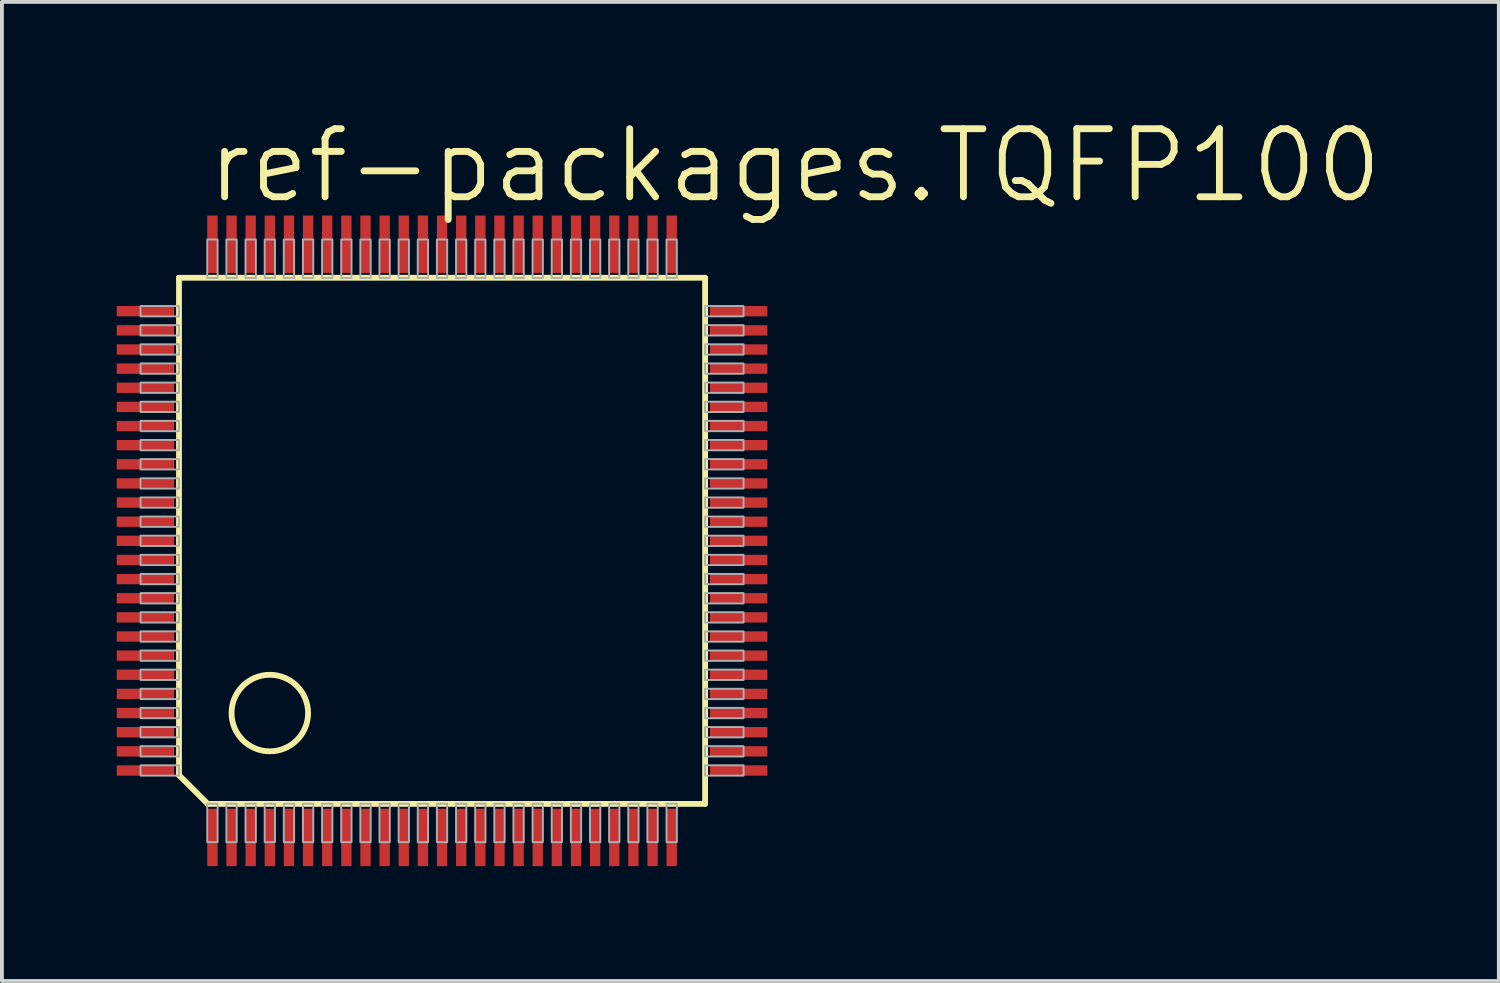
<source format=kicad_pcb>
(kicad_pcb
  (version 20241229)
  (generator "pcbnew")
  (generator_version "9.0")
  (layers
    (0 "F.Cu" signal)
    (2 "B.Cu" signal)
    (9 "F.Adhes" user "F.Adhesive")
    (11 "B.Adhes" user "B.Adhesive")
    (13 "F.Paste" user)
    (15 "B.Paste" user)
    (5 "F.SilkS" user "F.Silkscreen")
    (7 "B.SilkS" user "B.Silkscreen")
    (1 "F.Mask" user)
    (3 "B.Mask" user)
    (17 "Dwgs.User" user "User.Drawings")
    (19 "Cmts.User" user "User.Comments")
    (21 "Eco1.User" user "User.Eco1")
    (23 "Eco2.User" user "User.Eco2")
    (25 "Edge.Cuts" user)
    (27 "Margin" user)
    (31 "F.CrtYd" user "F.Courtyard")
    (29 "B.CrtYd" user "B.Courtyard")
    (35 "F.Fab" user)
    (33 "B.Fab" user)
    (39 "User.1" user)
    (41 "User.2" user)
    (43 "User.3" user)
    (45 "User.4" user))
  (footprint "ref-packages.TQFP100"
    (layer "F.Cu")
    (at 8.5 11.081)
    (property "Reference" "ref-packages.TQFP100" (at -6.223 -8.763 0) (layer "F.SilkS") (effects (font (size 1.778 1.778) (thickness 0.18)) (justify left bottom)))
    (attr smd)
    (fp_line (start -6.873 -6.873) (end 6.873 -6.873) (stroke (width 0.152) (type default)) (layer "F.SilkS"))
    (fp_line (start -6.873 6.123) (end -6.873 -6.873) (stroke (width 0.152) (type default)) (layer "F.SilkS"))
    (fp_line (start -6.123 6.873) (end -6.873 6.123) (stroke (width 0.152) (type default)) (layer "F.SilkS"))
    (fp_line (start 6.873 -6.873) (end 6.873 6.873) (stroke (width 0.152) (type default)) (layer "F.SilkS"))
    (fp_line (start 6.873 6.873) (end -6.123 6.873) (stroke (width 0.152) (type default)) (layer "F.SilkS"))
    (fp_circle (center -4.5 4.5) (end -3.5 4.5) (stroke (width 0.152) (type default)) (fill no) (layer "F.SilkS"))
    (fp_rect (start -7.878 -5.865) (end -6.873 -6.135) (stroke (width 0.05) (type default)) (fill no) (layer "F.Fab"))
    (fp_rect (start -7.878 -5.365) (end -6.873 -5.635) (stroke (width 0.05) (type default)) (fill no) (layer "F.Fab"))
    (fp_rect (start -7.878 -4.865) (end -6.873 -5.135) (stroke (width 0.05) (type default)) (fill no) (layer "F.Fab"))
    (fp_rect (start -7.878 -4.365) (end -6.873 -4.635) (stroke (width 0.05) (type default)) (fill no) (layer "F.Fab"))
    (fp_rect (start -7.878 -3.865) (end -6.873 -4.135) (stroke (width 0.05) (type default)) (fill no) (layer "F.Fab"))
    (fp_rect (start -7.878 -3.365) (end -6.873 -3.635) (stroke (width 0.05) (type default)) (fill no) (layer "F.Fab"))
    (fp_rect (start -7.878 -2.865) (end -6.873 -3.135) (stroke (width 0.05) (type default)) (fill no) (layer "F.Fab"))
    (fp_rect (start -7.878 -2.365) (end -6.873 -2.635) (stroke (width 0.05) (type default)) (fill no) (layer "F.Fab"))
    (fp_rect (start -7.878 -1.865) (end -6.873 -2.135) (stroke (width 0.05) (type default)) (fill no) (layer "F.Fab"))
    (fp_rect (start -7.878 -1.365) (end -6.873 -1.635) (stroke (width 0.05) (type default)) (fill no) (layer "F.Fab"))
    (fp_rect (start -7.878 -0.865) (end -6.873 -1.135) (stroke (width 0.05) (type default)) (fill no) (layer "F.Fab"))
    (fp_rect (start -7.878 -0.365) (end -6.873 -0.635) (stroke (width 0.05) (type default)) (fill no) (layer "F.Fab"))
    (fp_rect (start -7.878 0.135) (end -6.873 -0.135) (stroke (width 0.05) (type default)) (fill no) (layer "F.Fab"))
    (fp_rect (start -7.878 0.635) (end -6.873 0.365) (stroke (width 0.05) (type default)) (fill no) (layer "F.Fab"))
    (fp_rect (start -7.878 1.135) (end -6.873 0.865) (stroke (width 0.05) (type default)) (fill no) (layer "F.Fab"))
    (fp_rect (start -7.878 1.635) (end -6.873 1.365) (stroke (width 0.05) (type default)) (fill no) (layer "F.Fab"))
    (fp_rect (start -7.878 2.135) (end -6.873 1.865) (stroke (width 0.05) (type default)) (fill no) (layer "F.Fab"))
    (fp_rect (start -7.878 2.635) (end -6.873 2.365) (stroke (width 0.05) (type default)) (fill no) (layer "F.Fab"))
    (fp_rect (start -7.878 3.135) (end -6.873 2.865) (stroke (width 0.05) (type default)) (fill no) (layer "F.Fab"))
    (fp_rect (start -7.878 3.635) (end -6.873 3.365) (stroke (width 0.05) (type default)) (fill no) (layer "F.Fab"))
    (fp_rect (start -7.878 4.135) (end -6.873 3.865) (stroke (width 0.05) (type default)) (fill no) (layer "F.Fab"))
    (fp_rect (start -7.878 4.635) (end -6.873 4.365) (stroke (width 0.05) (type default)) (fill no) (layer "F.Fab"))
    (fp_rect (start -7.878 5.135) (end -6.873 4.865) (stroke (width 0.05) (type default)) (fill no) (layer "F.Fab"))
    (fp_rect (start -7.878 5.635) (end -6.873 5.365) (stroke (width 0.05) (type default)) (fill no) (layer "F.Fab"))
    (fp_rect (start -7.878 6.135) (end -6.873 5.865) (stroke (width 0.05) (type default)) (fill no) (layer "F.Fab"))
    (fp_rect (start -6.135 -6.868) (end -5.865 -7.873) (stroke (width 0.05) (type default)) (fill no) (layer "F.Fab"))
    (fp_rect (start -6.135 7.873) (end -5.865 6.868) (stroke (width 0.05) (type default)) (fill no) (layer "F.Fab"))
    (fp_rect (start -5.635 -6.868) (end -5.365 -7.873) (stroke (width 0.05) (type default)) (fill no) (layer "F.Fab"))
    (fp_rect (start -5.635 7.873) (end -5.365 6.868) (stroke (width 0.05) (type default)) (fill no) (layer "F.Fab"))
    (fp_rect (start -5.135 -6.868) (end -4.865 -7.873) (stroke (width 0.05) (type default)) (fill no) (layer "F.Fab"))
    (fp_rect (start -5.135 7.873) (end -4.865 6.868) (stroke (width 0.05) (type default)) (fill no) (layer "F.Fab"))
    (fp_rect (start -4.635 -6.868) (end -4.365 -7.873) (stroke (width 0.05) (type default)) (fill no) (layer "F.Fab"))
    (fp_rect (start -4.635 7.873) (end -4.365 6.868) (stroke (width 0.05) (type default)) (fill no) (layer "F.Fab"))
    (fp_rect (start -4.135 -6.868) (end -3.865 -7.873) (stroke (width 0.05) (type default)) (fill no) (layer "F.Fab"))
    (fp_rect (start -4.135 7.873) (end -3.865 6.868) (stroke (width 0.05) (type default)) (fill no) (layer "F.Fab"))
    (fp_rect (start -3.635 -6.868) (end -3.365 -7.873) (stroke (width 0.05) (type default)) (fill no) (layer "F.Fab"))
    (fp_rect (start -3.635 7.873) (end -3.365 6.868) (stroke (width 0.05) (type default)) (fill no) (layer "F.Fab"))
    (fp_rect (start -3.135 -6.868) (end -2.865 -7.873) (stroke (width 0.05) (type default)) (fill no) (layer "F.Fab"))
    (fp_rect (start -3.135 7.873) (end -2.865 6.868) (stroke (width 0.05) (type default)) (fill no) (layer "F.Fab"))
    (fp_rect (start -2.635 -6.868) (end -2.365 -7.873) (stroke (width 0.05) (type default)) (fill no) (layer "F.Fab"))
    (fp_rect (start -2.635 7.873) (end -2.365 6.868) (stroke (width 0.05) (type default)) (fill no) (layer "F.Fab"))
    (fp_rect (start -2.135 -6.868) (end -1.865 -7.873) (stroke (width 0.05) (type default)) (fill no) (layer "F.Fab"))
    (fp_rect (start -2.135 7.873) (end -1.865 6.868) (stroke (width 0.05) (type default)) (fill no) (layer "F.Fab"))
    (fp_rect (start -1.635 -6.868) (end -1.365 -7.873) (stroke (width 0.05) (type default)) (fill no) (layer "F.Fab"))
    (fp_rect (start -1.635 7.873) (end -1.365 6.868) (stroke (width 0.05) (type default)) (fill no) (layer "F.Fab"))
    (fp_rect (start -1.135 -6.868) (end -0.865 -7.873) (stroke (width 0.05) (type default)) (fill no) (layer "F.Fab"))
    (fp_rect (start -1.135 7.873) (end -0.865 6.868) (stroke (width 0.05) (type default)) (fill no) (layer "F.Fab"))
    (fp_rect (start -0.635 -6.868) (end -0.365 -7.873) (stroke (width 0.05) (type default)) (fill no) (layer "F.Fab"))
    (fp_rect (start -0.635 7.873) (end -0.365 6.868) (stroke (width 0.05) (type default)) (fill no) (layer "F.Fab"))
    (fp_rect (start -0.135 -6.868) (end 0.135 -7.873) (stroke (width 0.05) (type default)) (fill no) (layer "F.Fab"))
    (fp_rect (start -0.135 7.873) (end 0.135 6.868) (stroke (width 0.05) (type default)) (fill no) (layer "F.Fab"))
    (fp_rect (start 0.365 -6.868) (end 0.635 -7.873) (stroke (width 0.05) (type default)) (fill no) (layer "F.Fab"))
    (fp_rect (start 0.365 7.873) (end 0.635 6.868) (stroke (width 0.05) (type default)) (fill no) (layer "F.Fab"))
    (fp_rect (start 0.865 -6.868) (end 1.135 -7.873) (stroke (width 0.05) (type default)) (fill no) (layer "F.Fab"))
    (fp_rect (start 0.865 7.873) (end 1.135 6.868) (stroke (width 0.05) (type default)) (fill no) (layer "F.Fab"))
    (fp_rect (start 1.365 -6.868) (end 1.635 -7.873) (stroke (width 0.05) (type default)) (fill no) (layer "F.Fab"))
    (fp_rect (start 1.365 7.873) (end 1.635 6.868) (stroke (width 0.05) (type default)) (fill no) (layer "F.Fab"))
    (fp_rect (start 1.865 -6.868) (end 2.135 -7.873) (stroke (width 0.05) (type default)) (fill no) (layer "F.Fab"))
    (fp_rect (start 1.865 7.873) (end 2.135 6.868) (stroke (width 0.05) (type default)) (fill no) (layer "F.Fab"))
    (fp_rect (start 2.365 -6.868) (end 2.635 -7.873) (stroke (width 0.05) (type default)) (fill no) (layer "F.Fab"))
    (fp_rect (start 2.365 7.873) (end 2.635 6.868) (stroke (width 0.05) (type default)) (fill no) (layer "F.Fab"))
    (fp_rect (start 2.865 -6.868) (end 3.135 -7.873) (stroke (width 0.05) (type default)) (fill no) (layer "F.Fab"))
    (fp_rect (start 2.865 7.873) (end 3.135 6.868) (stroke (width 0.05) (type default)) (fill no) (layer "F.Fab"))
    (fp_rect (start 3.365 -6.868) (end 3.635 -7.873) (stroke (width 0.05) (type default)) (fill no) (layer "F.Fab"))
    (fp_rect (start 3.365 7.873) (end 3.635 6.868) (stroke (width 0.05) (type default)) (fill no) (layer "F.Fab"))
    (fp_rect (start 3.865 -6.868) (end 4.135 -7.873) (stroke (width 0.05) (type default)) (fill no) (layer "F.Fab"))
    (fp_rect (start 3.865 7.873) (end 4.135 6.868) (stroke (width 0.05) (type default)) (fill no) (layer "F.Fab"))
    (fp_rect (start 4.365 -6.868) (end 4.635 -7.873) (stroke (width 0.05) (type default)) (fill no) (layer "F.Fab"))
    (fp_rect (start 4.365 7.873) (end 4.635 6.868) (stroke (width 0.05) (type default)) (fill no) (layer "F.Fab"))
    (fp_rect (start 4.865 -6.868) (end 5.135 -7.873) (stroke (width 0.05) (type default)) (fill no) (layer "F.Fab"))
    (fp_rect (start 4.865 7.873) (end 5.135 6.868) (stroke (width 0.05) (type default)) (fill no) (layer "F.Fab"))
    (fp_rect (start 5.365 -6.868) (end 5.635 -7.873) (stroke (width 0.05) (type default)) (fill no) (layer "F.Fab"))
    (fp_rect (start 5.365 7.873) (end 5.635 6.868) (stroke (width 0.05) (type default)) (fill no) (layer "F.Fab"))
    (fp_rect (start 5.865 -6.868) (end 6.135 -7.873) (stroke (width 0.05) (type default)) (fill no) (layer "F.Fab"))
    (fp_rect (start 5.865 7.873) (end 6.135 6.868) (stroke (width 0.05) (type default)) (fill no) (layer "F.Fab"))
    (fp_rect (start 6.873 -5.865) (end 7.878 -6.135) (stroke (width 0.05) (type default)) (fill no) (layer "F.Fab"))
    (fp_rect (start 6.873 -5.365) (end 7.878 -5.635) (stroke (width 0.05) (type default)) (fill no) (layer "F.Fab"))
    (fp_rect (start 6.873 -4.865) (end 7.878 -5.135) (stroke (width 0.05) (type default)) (fill no) (layer "F.Fab"))
    (fp_rect (start 6.873 -4.365) (end 7.878 -4.635) (stroke (width 0.05) (type default)) (fill no) (layer "F.Fab"))
    (fp_rect (start 6.873 -3.865) (end 7.878 -4.135) (stroke (width 0.05) (type default)) (fill no) (layer "F.Fab"))
    (fp_rect (start 6.873 -3.365) (end 7.878 -3.635) (stroke (width 0.05) (type default)) (fill no) (layer "F.Fab"))
    (fp_rect (start 6.873 -2.865) (end 7.878 -3.135) (stroke (width 0.05) (type default)) (fill no) (layer "F.Fab"))
    (fp_rect (start 6.873 -2.365) (end 7.878 -2.635) (stroke (width 0.05) (type default)) (fill no) (layer "F.Fab"))
    (fp_rect (start 6.873 -1.865) (end 7.878 -2.135) (stroke (width 0.05) (type default)) (fill no) (layer "F.Fab"))
    (fp_rect (start 6.873 -1.365) (end 7.878 -1.635) (stroke (width 0.05) (type default)) (fill no) (layer "F.Fab"))
    (fp_rect (start 6.873 -0.865) (end 7.878 -1.135) (stroke (width 0.05) (type default)) (fill no) (layer "F.Fab"))
    (fp_rect (start 6.873 -0.365) (end 7.878 -0.635) (stroke (width 0.05) (type default)) (fill no) (layer "F.Fab"))
    (fp_rect (start 6.873 0.135) (end 7.878 -0.135) (stroke (width 0.05) (type default)) (fill no) (layer "F.Fab"))
    (fp_rect (start 6.873 0.635) (end 7.878 0.365) (stroke (width 0.05) (type default)) (fill no) (layer "F.Fab"))
    (fp_rect (start 6.873 1.135) (end 7.878 0.865) (stroke (width 0.05) (type default)) (fill no) (layer "F.Fab"))
    (fp_rect (start 6.873 1.635) (end 7.878 1.365) (stroke (width 0.05) (type default)) (fill no) (layer "F.Fab"))
    (fp_rect (start 6.873 2.135) (end 7.878 1.865) (stroke (width 0.05) (type default)) (fill no) (layer "F.Fab"))
    (fp_rect (start 6.873 2.635) (end 7.878 2.365) (stroke (width 0.05) (type default)) (fill no) (layer "F.Fab"))
    (fp_rect (start 6.873 3.135) (end 7.878 2.865) (stroke (width 0.05) (type default)) (fill no) (layer "F.Fab"))
    (fp_rect (start 6.873 3.635) (end 7.878 3.365) (stroke (width 0.05) (type default)) (fill no) (layer "F.Fab"))
    (fp_rect (start 6.873 4.135) (end 7.878 3.865) (stroke (width 0.05) (type default)) (fill no) (layer "F.Fab"))
    (fp_rect (start 6.873 4.635) (end 7.878 4.365) (stroke (width 0.05) (type default)) (fill no) (layer "F.Fab"))
    (fp_rect (start 6.873 5.135) (end 7.878 4.865) (stroke (width 0.05) (type default)) (fill no) (layer "F.Fab"))
    (fp_rect (start 6.873 5.635) (end 7.878 5.365) (stroke (width 0.05) (type default)) (fill no) (layer "F.Fab"))
    (fp_rect (start 6.873 6.135) (end 7.878 5.865) (stroke (width 0.05) (type default)) (fill no) (layer "F.Fab"))
    (pad "1" smd roundrect (at -6 7.75) (size 0.27 1.5) (layers "F.Cu" "F.Mask" "F.Paste") (roundrect_rratio 0.01))
    (pad "2" smd roundrect (at -5.5 7.75) (size 0.27 1.5) (layers "F.Cu" "F.Mask" "F.Paste") (roundrect_rratio 0.01))
    (pad "3" smd roundrect (at -5 7.75) (size 0.27 1.5) (layers "F.Cu" "F.Mask" "F.Paste") (roundrect_rratio 0.01))
    (pad "4" smd roundrect (at -4.5 7.75) (size 0.27 1.5) (layers "F.Cu" "F.Mask" "F.Paste") (roundrect_rratio 0.01))
    (pad "5" smd roundrect (at -4 7.75) (size 0.27 1.5) (layers "F.Cu" "F.Mask" "F.Paste") (roundrect_rratio 0.01))
    (pad "6" smd roundrect (at -3.5 7.75) (size 0.27 1.5) (layers "F.Cu" "F.Mask" "F.Paste") (roundrect_rratio 0.01))
    (pad "7" smd roundrect (at -3 7.75) (size 0.27 1.5) (layers "F.Cu" "F.Mask" "F.Paste") (roundrect_rratio 0.01))
    (pad "8" smd roundrect (at -2.5 7.75) (size 0.27 1.5) (layers "F.Cu" "F.Mask" "F.Paste") (roundrect_rratio 0.01))
    (pad "9" smd roundrect (at -2 7.75) (size 0.27 1.5) (layers "F.Cu" "F.Mask" "F.Paste") (roundrect_rratio 0.01))
    (pad "10" smd roundrect (at -1.5 7.75) (size 0.27 1.5) (layers "F.Cu" "F.Mask" "F.Paste") (roundrect_rratio 0.01))
    (pad "11" smd roundrect (at -1 7.75) (size 0.27 1.5) (layers "F.Cu" "F.Mask" "F.Paste") (roundrect_rratio 0.01))
    (pad "12" smd roundrect (at -0.5 7.75) (size 0.27 1.5) (layers "F.Cu" "F.Mask" "F.Paste") (roundrect_rratio 0.01))
    (pad "13" smd roundrect (at 0 7.75) (size 0.27 1.5) (layers "F.Cu" "F.Mask" "F.Paste") (roundrect_rratio 0.01))
    (pad "14" smd roundrect (at 0.5 7.75) (size 0.27 1.5) (layers "F.Cu" "F.Mask" "F.Paste") (roundrect_rratio 0.01))
    (pad "15" smd roundrect (at 1 7.75) (size 0.27 1.5) (layers "F.Cu" "F.Mask" "F.Paste") (roundrect_rratio 0.01))
    (pad "16" smd roundrect (at 1.5 7.75) (size 0.27 1.5) (layers "F.Cu" "F.Mask" "F.Paste") (roundrect_rratio 0.01))
    (pad "17" smd roundrect (at 2 7.75) (size 0.27 1.5) (layers "F.Cu" "F.Mask" "F.Paste") (roundrect_rratio 0.01))
    (pad "18" smd roundrect (at 2.5 7.75) (size 0.27 1.5) (layers "F.Cu" "F.Mask" "F.Paste") (roundrect_rratio 0.01))
    (pad "19" smd roundrect (at 3 7.75) (size 0.27 1.5) (layers "F.Cu" "F.Mask" "F.Paste") (roundrect_rratio 0.01))
    (pad "20" smd roundrect (at 3.5 7.75) (size 0.27 1.5) (layers "F.Cu" "F.Mask" "F.Paste") (roundrect_rratio 0.01))
    (pad "21" smd roundrect (at 4 7.75) (size 0.27 1.5) (layers "F.Cu" "F.Mask" "F.Paste") (roundrect_rratio 0.01))
    (pad "22" smd roundrect (at 4.5 7.75) (size 0.27 1.5) (layers "F.Cu" "F.Mask" "F.Paste") (roundrect_rratio 0.01))
    (pad "23" smd roundrect (at 5 7.75) (size 0.27 1.5) (layers "F.Cu" "F.Mask" "F.Paste") (roundrect_rratio 0.01))
    (pad "24" smd roundrect (at 5.5 7.75) (size 0.27 1.5) (layers "F.Cu" "F.Mask" "F.Paste") (roundrect_rratio 0.01))
    (pad "25" smd roundrect (at 6 7.75) (size 0.27 1.5) (layers "F.Cu" "F.Mask" "F.Paste") (roundrect_rratio 0.01))
    (pad "26" smd roundrect (at 7.75 6) (size 1.5 0.27) (layers "F.Cu" "F.Mask" "F.Paste") (roundrect_rratio 0.01))
    (pad "27" smd roundrect (at 7.75 5.5) (size 1.5 0.27) (layers "F.Cu" "F.Mask" "F.Paste") (roundrect_rratio 0.01))
    (pad "28" smd roundrect (at 7.75 5) (size 1.5 0.27) (layers "F.Cu" "F.Mask" "F.Paste") (roundrect_rratio 0.01))
    (pad "29" smd roundrect (at 7.75 4.5) (size 1.5 0.27) (layers "F.Cu" "F.Mask" "F.Paste") (roundrect_rratio 0.01))
    (pad "30" smd roundrect (at 7.75 4) (size 1.5 0.27) (layers "F.Cu" "F.Mask" "F.Paste") (roundrect_rratio 0.01))
    (pad "31" smd roundrect (at 7.75 3.5) (size 1.5 0.27) (layers "F.Cu" "F.Mask" "F.Paste") (roundrect_rratio 0.01))
    (pad "32" smd roundrect (at 7.75 3) (size 1.5 0.27) (layers "F.Cu" "F.Mask" "F.Paste") (roundrect_rratio 0.01))
    (pad "33" smd roundrect (at 7.75 2.5) (size 1.5 0.27) (layers "F.Cu" "F.Mask" "F.Paste") (roundrect_rratio 0.01))
    (pad "34" smd roundrect (at 7.75 2) (size 1.5 0.27) (layers "F.Cu" "F.Mask" "F.Paste") (roundrect_rratio 0.01))
    (pad "35" smd roundrect (at 7.75 1.5) (size 1.5 0.27) (layers "F.Cu" "F.Mask" "F.Paste") (roundrect_rratio 0.01))
    (pad "36" smd roundrect (at 7.75 1) (size 1.5 0.27) (layers "F.Cu" "F.Mask" "F.Paste") (roundrect_rratio 0.01))
    (pad "37" smd roundrect (at 7.75 0.5) (size 1.5 0.27) (layers "F.Cu" "F.Mask" "F.Paste") (roundrect_rratio 0.01))
    (pad "38" smd roundrect (at 7.75 0) (size 1.5 0.27) (layers "F.Cu" "F.Mask" "F.Paste") (roundrect_rratio 0.01))
    (pad "39" smd roundrect (at 7.75 -0.5) (size 1.5 0.27) (layers "F.Cu" "F.Mask" "F.Paste") (roundrect_rratio 0.01))
    (pad "40" smd roundrect (at 7.75 -1) (size 1.5 0.27) (layers "F.Cu" "F.Mask" "F.Paste") (roundrect_rratio 0.01))
    (pad "41" smd roundrect (at 7.75 -1.5) (size 1.5 0.27) (layers "F.Cu" "F.Mask" "F.Paste") (roundrect_rratio 0.01))
    (pad "42" smd roundrect (at 7.75 -2) (size 1.5 0.27) (layers "F.Cu" "F.Mask" "F.Paste") (roundrect_rratio 0.01))
    (pad "43" smd roundrect (at 7.75 -2.5) (size 1.5 0.27) (layers "F.Cu" "F.Mask" "F.Paste") (roundrect_rratio 0.01))
    (pad "44" smd roundrect (at 7.75 -3) (size 1.5 0.27) (layers "F.Cu" "F.Mask" "F.Paste") (roundrect_rratio 0.01))
    (pad "45" smd roundrect (at 7.75 -3.5) (size 1.5 0.27) (layers "F.Cu" "F.Mask" "F.Paste") (roundrect_rratio 0.01))
    (pad "46" smd roundrect (at 7.75 -4) (size 1.5 0.27) (layers "F.Cu" "F.Mask" "F.Paste") (roundrect_rratio 0.01))
    (pad "47" smd roundrect (at 7.75 -4.5) (size 1.5 0.27) (layers "F.Cu" "F.Mask" "F.Paste") (roundrect_rratio 0.01))
    (pad "48" smd roundrect (at 7.75 -5) (size 1.5 0.27) (layers "F.Cu" "F.Mask" "F.Paste") (roundrect_rratio 0.01))
    (pad "49" smd roundrect (at 7.75 -5.5) (size 1.5 0.27) (layers "F.Cu" "F.Mask" "F.Paste") (roundrect_rratio 0.01))
    (pad "50" smd roundrect (at 7.75 -6) (size 1.5 0.27) (layers "F.Cu" "F.Mask" "F.Paste") (roundrect_rratio 0.01))
    (pad "51" smd roundrect (at 6 -7.75) (size 0.27 1.5) (layers "F.Cu" "F.Mask" "F.Paste") (roundrect_rratio 0.01))
    (pad "52" smd roundrect (at 5.5 -7.75) (size 0.27 1.5) (layers "F.Cu" "F.Mask" "F.Paste") (roundrect_rratio 0.01))
    (pad "53" smd roundrect (at 5 -7.75) (size 0.27 1.5) (layers "F.Cu" "F.Mask" "F.Paste") (roundrect_rratio 0.01))
    (pad "54" smd roundrect (at 4.5 -7.75) (size 0.27 1.5) (layers "F.Cu" "F.Mask" "F.Paste") (roundrect_rratio 0.01))
    (pad "55" smd roundrect (at 4 -7.75) (size 0.27 1.5) (layers "F.Cu" "F.Mask" "F.Paste") (roundrect_rratio 0.01))
    (pad "56" smd roundrect (at 3.5 -7.75) (size 0.27 1.5) (layers "F.Cu" "F.Mask" "F.Paste") (roundrect_rratio 0.01))
    (pad "57" smd roundrect (at 3 -7.75) (size 0.27 1.5) (layers "F.Cu" "F.Mask" "F.Paste") (roundrect_rratio 0.01))
    (pad "58" smd roundrect (at 2.5 -7.75) (size 0.27 1.5) (layers "F.Cu" "F.Mask" "F.Paste") (roundrect_rratio 0.01))
    (pad "59" smd roundrect (at 2 -7.75) (size 0.27 1.5) (layers "F.Cu" "F.Mask" "F.Paste") (roundrect_rratio 0.01))
    (pad "60" smd roundrect (at 1.5 -7.75) (size 0.27 1.5) (layers "F.Cu" "F.Mask" "F.Paste") (roundrect_rratio 0.01))
    (pad "61" smd roundrect (at 1 -7.75) (size 0.27 1.5) (layers "F.Cu" "F.Mask" "F.Paste") (roundrect_rratio 0.01))
    (pad "62" smd roundrect (at 0.5 -7.75) (size 0.27 1.5) (layers "F.Cu" "F.Mask" "F.Paste") (roundrect_rratio 0.01))
    (pad "63" smd roundrect (at 0 -7.75) (size 0.27 1.5) (layers "F.Cu" "F.Mask" "F.Paste") (roundrect_rratio 0.01))
    (pad "64" smd roundrect (at -0.5 -7.75) (size 0.27 1.5) (layers "F.Cu" "F.Mask" "F.Paste") (roundrect_rratio 0.01))
    (pad "65" smd roundrect (at -1 -7.75) (size 0.27 1.5) (layers "F.Cu" "F.Mask" "F.Paste") (roundrect_rratio 0.01))
    (pad "66" smd roundrect (at -1.5 -7.75) (size 0.27 1.5) (layers "F.Cu" "F.Mask" "F.Paste") (roundrect_rratio 0.01))
    (pad "67" smd roundrect (at -2 -7.75) (size 0.27 1.5) (layers "F.Cu" "F.Mask" "F.Paste") (roundrect_rratio 0.01))
    (pad "68" smd roundrect (at -2.5 -7.75) (size 0.27 1.5) (layers "F.Cu" "F.Mask" "F.Paste") (roundrect_rratio 0.01))
    (pad "69" smd roundrect (at -3 -7.75) (size 0.27 1.5) (layers "F.Cu" "F.Mask" "F.Paste") (roundrect_rratio 0.01))
    (pad "70" smd roundrect (at -3.5 -7.75) (size 0.27 1.5) (layers "F.Cu" "F.Mask" "F.Paste") (roundrect_rratio 0.01))
    (pad "71" smd roundrect (at -4 -7.75) (size 0.27 1.5) (layers "F.Cu" "F.Mask" "F.Paste") (roundrect_rratio 0.01))
    (pad "72" smd roundrect (at -4.5 -7.75) (size 0.27 1.5) (layers "F.Cu" "F.Mask" "F.Paste") (roundrect_rratio 0.01))
    (pad "73" smd roundrect (at -5 -7.75) (size 0.27 1.5) (layers "F.Cu" "F.Mask" "F.Paste") (roundrect_rratio 0.01))
    (pad "74" smd roundrect (at -5.5 -7.75) (size 0.27 1.5) (layers "F.Cu" "F.Mask" "F.Paste") (roundrect_rratio 0.01))
    (pad "75" smd roundrect (at -6 -7.75) (size 0.27 1.5) (layers "F.Cu" "F.Mask" "F.Paste") (roundrect_rratio 0.01))
    (pad "76" smd roundrect (at -7.75 -6) (size 1.5 0.27) (layers "F.Cu" "F.Mask" "F.Paste") (roundrect_rratio 0.01))
    (pad "77" smd roundrect (at -7.75 -5.5) (size 1.5 0.27) (layers "F.Cu" "F.Mask" "F.Paste") (roundrect_rratio 0.01))
    (pad "78" smd roundrect (at -7.75 -5) (size 1.5 0.27) (layers "F.Cu" "F.Mask" "F.Paste") (roundrect_rratio 0.01))
    (pad "79" smd roundrect (at -7.75 -4.5) (size 1.5 0.27) (layers "F.Cu" "F.Mask" "F.Paste") (roundrect_rratio 0.01))
    (pad "80" smd roundrect (at -7.75 -4) (size 1.5 0.27) (layers "F.Cu" "F.Mask" "F.Paste") (roundrect_rratio 0.01))
    (pad "81" smd roundrect (at -7.75 -3.5) (size 1.5 0.27) (layers "F.Cu" "F.Mask" "F.Paste") (roundrect_rratio 0.01))
    (pad "82" smd roundrect (at -7.75 -3) (size 1.5 0.27) (layers "F.Cu" "F.Mask" "F.Paste") (roundrect_rratio 0.01))
    (pad "83" smd roundrect (at -7.75 -2.5) (size 1.5 0.27) (layers "F.Cu" "F.Mask" "F.Paste") (roundrect_rratio 0.01))
    (pad "84" smd roundrect (at -7.75 -2) (size 1.5 0.27) (layers "F.Cu" "F.Mask" "F.Paste") (roundrect_rratio 0.01))
    (pad "85" smd roundrect (at -7.75 -1.5) (size 1.5 0.27) (layers "F.Cu" "F.Mask" "F.Paste") (roundrect_rratio 0.01))
    (pad "86" smd roundrect (at -7.75 -1) (size 1.5 0.27) (layers "F.Cu" "F.Mask" "F.Paste") (roundrect_rratio 0.01))
    (pad "87" smd roundrect (at -7.75 -0.5) (size 1.5 0.27) (layers "F.Cu" "F.Mask" "F.Paste") (roundrect_rratio 0.01))
    (pad "88" smd roundrect (at -7.75 0) (size 1.5 0.27) (layers "F.Cu" "F.Mask" "F.Paste") (roundrect_rratio 0.01))
    (pad "89" smd roundrect (at -7.75 0.5) (size 1.5 0.27) (layers "F.Cu" "F.Mask" "F.Paste") (roundrect_rratio 0.01))
    (pad "90" smd roundrect (at -7.75 1) (size 1.5 0.27) (layers "F.Cu" "F.Mask" "F.Paste") (roundrect_rratio 0.01))
    (pad "91" smd roundrect (at -7.75 1.5) (size 1.5 0.27) (layers "F.Cu" "F.Mask" "F.Paste") (roundrect_rratio 0.01))
    (pad "92" smd roundrect (at -7.75 2) (size 1.5 0.27) (layers "F.Cu" "F.Mask" "F.Paste") (roundrect_rratio 0.01))
    (pad "93" smd roundrect (at -7.75 2.5) (size 1.5 0.27) (layers "F.Cu" "F.Mask" "F.Paste") (roundrect_rratio 0.01))
    (pad "94" smd roundrect (at -7.75 3) (size 1.5 0.27) (layers "F.Cu" "F.Mask" "F.Paste") (roundrect_rratio 0.01))
    (pad "95" smd roundrect (at -7.75 3.5) (size 1.5 0.27) (layers "F.Cu" "F.Mask" "F.Paste") (roundrect_rratio 0.01))
    (pad "96" smd roundrect (at -7.75 4) (size 1.5 0.27) (layers "F.Cu" "F.Mask" "F.Paste") (roundrect_rratio 0.01))
    (pad "97" smd roundrect (at -7.75 4.5) (size 1.5 0.27) (layers "F.Cu" "F.Mask" "F.Paste") (roundrect_rratio 0.01))
    (pad "98" smd roundrect (at -7.75 5) (size 1.5 0.27) (layers "F.Cu" "F.Mask" "F.Paste") (roundrect_rratio 0.01))
    (pad "99" smd roundrect (at -7.75 5.5) (size 1.5 0.27) (layers "F.Cu" "F.Mask" "F.Paste") (roundrect_rratio 0.01))
    (pad "100" smd roundrect (at -7.75 6) (size 1.5 0.27) (layers "F.Cu" "F.Mask" "F.Paste") (roundrect_rratio 0.01)))
  (gr_rect
    (start -3 -3)
    (end 36.111 22.581)
    (stroke (width 0.1) (type default))
    (fill no)
    (layer "Edge.Cuts")))
</source>
